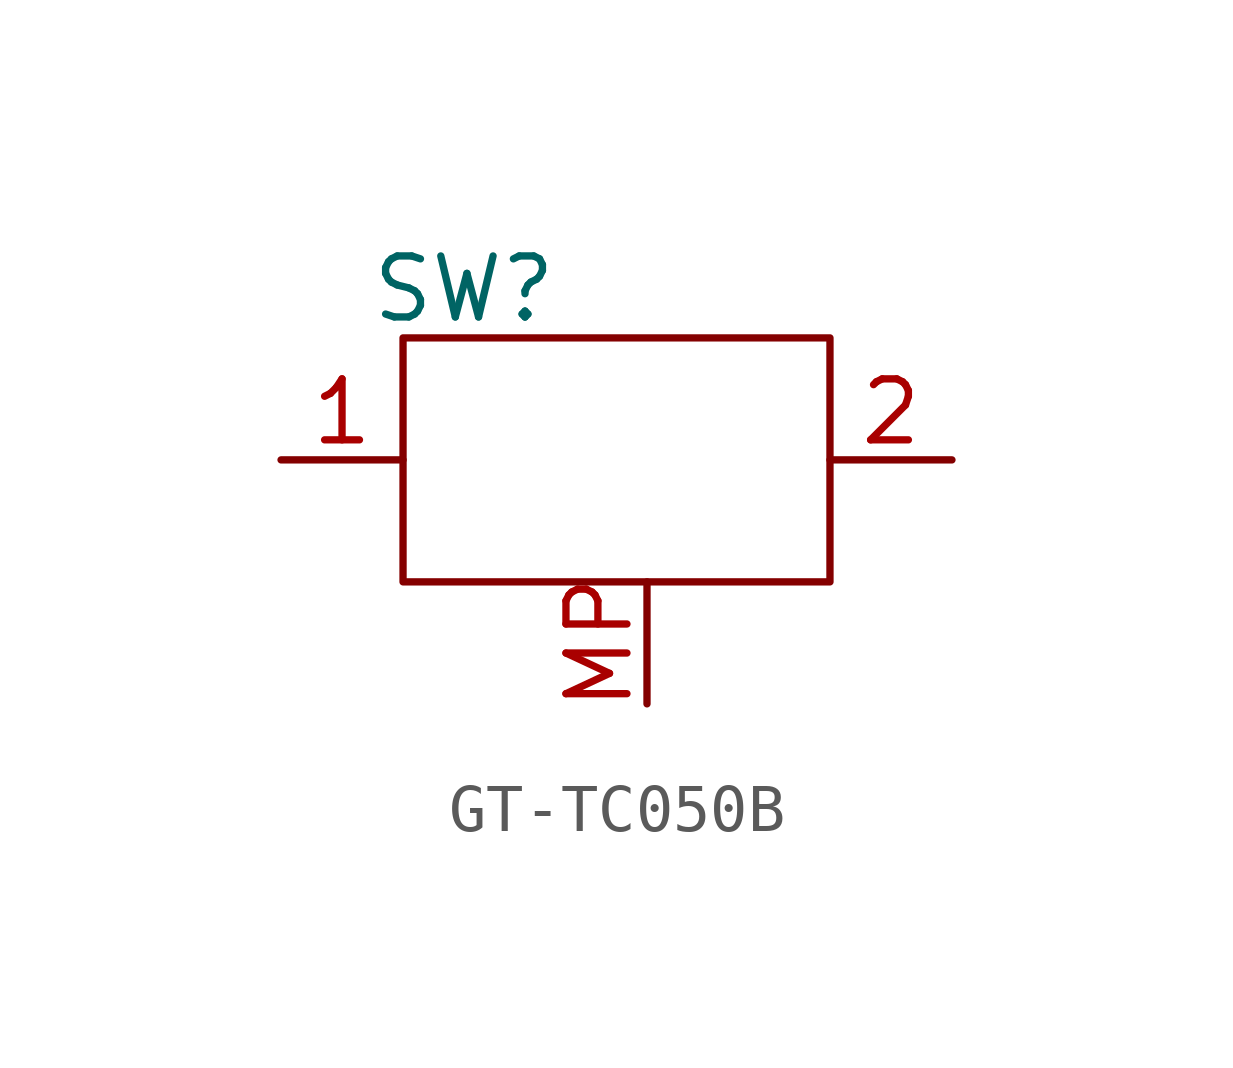
<source format=kicad_sym>
(kicad_symbol_lib
  (version 20231120)
  (generator "kicad_symbol_editor")
  (generator_version "8.0")
  (symbol "GT-TC050B"
    (property "Reference" "SW"
      (at 1.27 1.016 0)
      (effects (font (size 1.27 1.27))))
    (property "Value" ""
      (at 0 0 0)
      (effects (font (size 1.27 1.27))))
    (symbol "GT-TC050B_0_1"
      (rectangle (start 0 0) (end 8.89 -5.08) (stroke (width 0) (type default)) (fill (type none))))
    (symbol "GT-TC050B_1_1"
      (pin passive line (at -2.54 -2.54 0) (length 2.54) (name "" (effects (font (size 1.27 1.27)))) (number "1" (effects (font (size 1.27 1.27)))))
      (pin passive line (at 11.43 -2.54 180) (length 2.54) (name "" (effects (font (size 1.27 1.27)))) (number "2" (effects (font (size 1.27 1.27)))))
      (pin unspecified line (at 5.08 -7.62 90) (length 2.54) (name "" (effects (font (size 1.27 1.27)))) (number "MP" (effects (font (size 1.27 1.27))))))))
</source>
